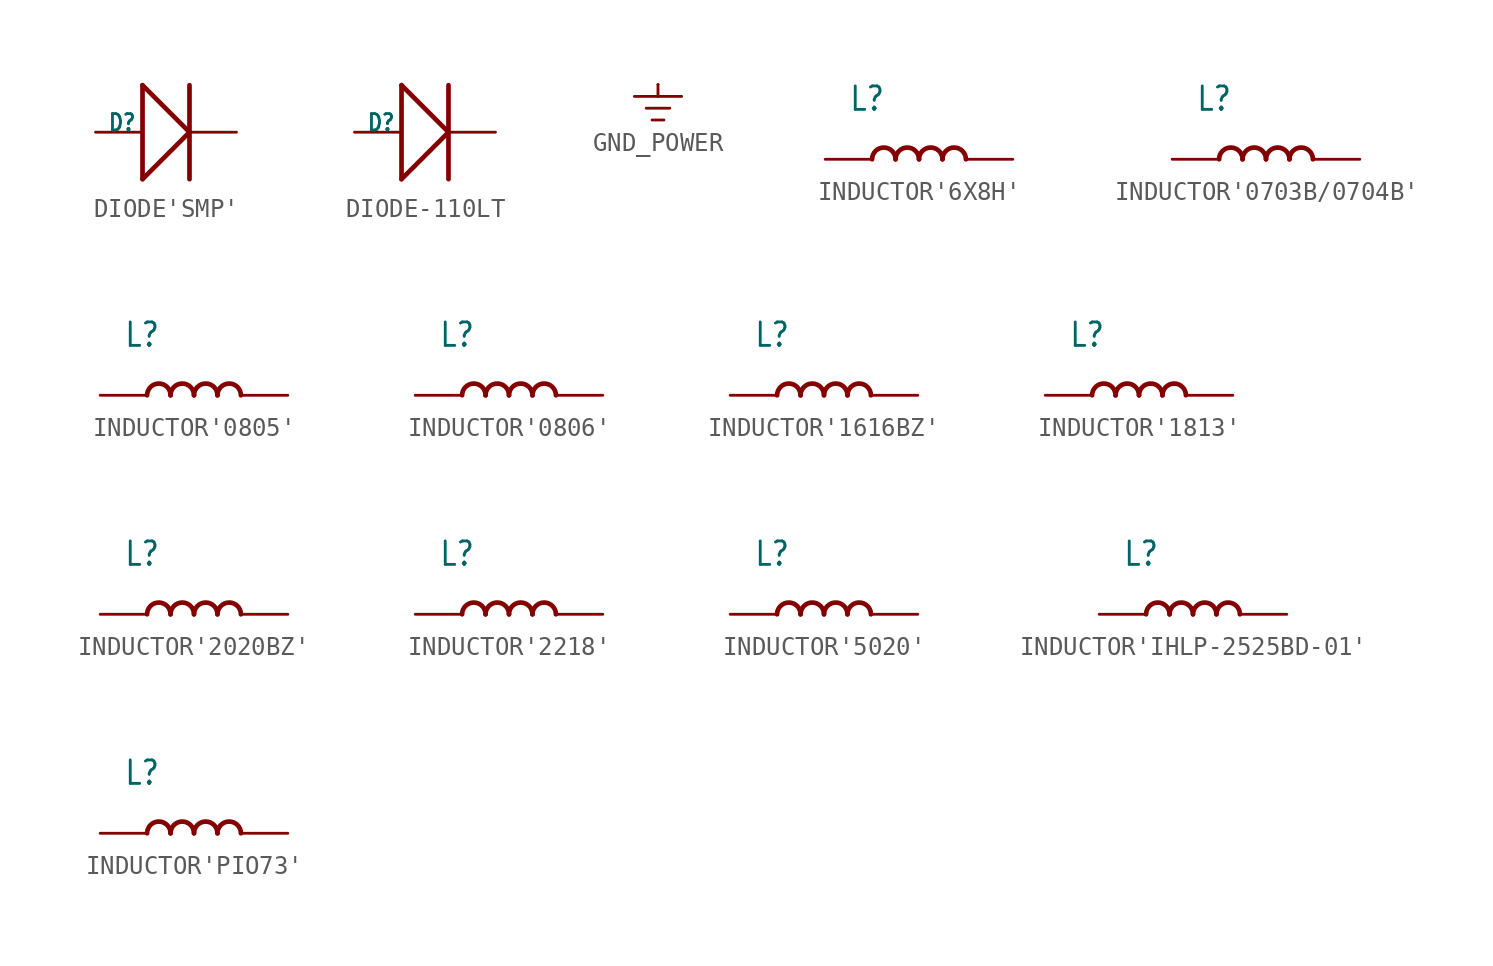
<source format=kicad_sym>
(kicad_symbol_lib
  (version 20231120)
  (generator "kicad_symbol_editor")
  (generator_version "8.0")
  (symbol "DIODE'SMP'"
    (property "Reference" "D"
      (at -3.175 0 0)
      (effects (font (size 0.889 0.756)) (justify left bottom)))
    (property "Value" ""
      (at 0 0 0)
      (effects (font (size 0.635 0.54)) (justify left bottom)))
    (property "ki_locked" ""
      (at 0 0 0)
      (effects (font (size 1.27 1.27))))
    (symbol "DIODE'SMP'_1_0"
      (polyline (pts (xy -1.27 -2.54) (xy -1.27 2.54)) (stroke (width 0.254) (type solid)) (fill (type none)))
      (polyline (pts (xy -1.27 -2.54) (xy 1.27 0)) (stroke (width 0.254) (type solid)) (fill (type none)))
      (polyline (pts (xy -1.27 2.54) (xy 1.27 0)) (stroke (width 0.254) (type solid)) (fill (type none)))
      (polyline (pts (xy 1.27 2.54) (xy 1.27 -2.54)) (stroke (width 0.254) (type solid)) (fill (type none)))
      (pin passive line (at -3.81 0 0) (length 2.54) (name "+" (effects (font (size 0 0)))) (number "+" (effects (font (size 0 0)))))
      (pin passive line (at 3.81 0 180) (length 2.54) (name "-" (effects (font (size 0 0)))) (number "-" (effects (font (size 0 0)))))))
  (symbol "DIODE-110LT"
    (property "Reference" "D"
      (at -3.175 0 0)
      (effects (font (size 0.889 0.756)) (justify left bottom)))
    (property "Value" ""
      (at 0 0 0)
      (effects (font (size 0.635 0.54)) (justify left bottom)))
    (property "ki_locked" ""
      (at 0 0 0)
      (effects (font (size 1.27 1.27))))
    (symbol "DIODE-110LT_1_0"
      (polyline (pts (xy -1.27 -2.54) (xy -1.27 2.54)) (stroke (width 0.254) (type solid)) (fill (type none)))
      (polyline (pts (xy -1.27 -2.54) (xy 1.27 0)) (stroke (width 0.254) (type solid)) (fill (type none)))
      (polyline (pts (xy -1.27 2.54) (xy 1.27 0)) (stroke (width 0.254) (type solid)) (fill (type none)))
      (polyline (pts (xy 1.27 2.54) (xy 1.27 -2.54)) (stroke (width 0.254) (type solid)) (fill (type none)))
      (pin passive line (at -3.81 0 0) (length 2.54) (name "+" (effects (font (size 0 0)))) (number "+" (effects (font (size 0 0)))))
      (pin passive line (at 3.81 0 180) (length 2.54) (name "-" (effects (font (size 0 0)))) (number "-" (effects (font (size 0 0)))))))
  (symbol "GND_POWER"
    (power)
    (property "Reference" "#G"
      (at 0 0 0)
      (effects (font (size 1.27 1.27)) (hide yes)))
    (property "ki_locked" ""
      (at 0 0 0)
      (effects (font (size 1.27 1.27))))
    (symbol "GND_POWER_1_0"
      (polyline (pts (xy -1.27 -0.635) (xy 0 -0.635)) (stroke (width 0.152) (type solid)) (fill (type none)))
      (polyline (pts (xy -0.635 -1.27) (xy 0.635 -1.27)) (stroke (width 0.152) (type solid)) (fill (type none)))
      (polyline (pts (xy -0.318 -1.905) (xy 0.318 -1.905)) (stroke (width 0.152) (type solid)) (fill (type none)))
      (polyline (pts (xy 0 -0.635) (xy 1.27 -0.635)) (stroke (width 0.152) (type solid)) (fill (type none)))
      (polyline (pts (xy 0 0) (xy 0 -0.635)) (stroke (width 0.152) (type solid)) (fill (type none)))
      (pin power_in line (at 0 0 270) (length 0) (name "GND" (effects (font (size 0 0)))) (number "1" (effects (font (size 0 0)))))))
  (symbol "INDUCTOR'6X8H'"
    (property "Reference" "L"
      (at -3.81 2.54 0)
      (effects (font (size 1.27 1.079)) (justify left bottom)))
    (property "Value" ""
      (at -3.81 1.27 0)
      (effects (font (size 1.27 1.079)) (justify left bottom)))
    (property "ki_locked" ""
      (at 0 0 0)
      (effects (font (size 1.27 1.27))))
    (symbol "INDUCTOR'6X8H'_1_0"
      (arc (start -1.27 0) (mid -1.905 0.635) (end -2.54 0) (stroke (width 0.254) (type solid)) (fill (type none)))
      (arc (start 0 0) (mid -0.635 0.635) (end -1.27 0) (stroke (width 0.254) (type solid)) (fill (type none)))
      (arc (start 1.27 0) (mid 0.635 0.635) (end 0 0) (stroke (width 0.254) (type solid)) (fill (type none)))
      (arc (start 2.54 0) (mid 1.905 0.635) (end 1.27 0) (stroke (width 0.254) (type solid)) (fill (type none)))
      (pin passive line (at -5.08 0 0) (length 2.54) (name "1" (effects (font (size 0 0)))) (number "1" (effects (font (size 0 0)))))
      (pin passive line (at 5.08 0 180) (length 2.54) (name "2" (effects (font (size 0 0)))) (number "2" (effects (font (size 0 0)))))))
  (symbol "INDUCTOR'0703B/0704B'"
    (property "Reference" "L"
      (at -3.81 2.54 0)
      (effects (font (size 1.27 1.079)) (justify left bottom)))
    (property "Value" ""
      (at -3.81 1.27 0)
      (effects (font (size 1.27 1.079)) (justify left bottom)))
    (property "ki_locked" ""
      (at 0 0 0)
      (effects (font (size 1.27 1.27))))
    (symbol "INDUCTOR'0703B/0704B'_1_0"
      (arc (start -1.27 0) (mid -1.905 0.635) (end -2.54 0) (stroke (width 0.254) (type solid)) (fill (type none)))
      (arc (start 0 0) (mid -0.635 0.635) (end -1.27 0) (stroke (width 0.254) (type solid)) (fill (type none)))
      (arc (start 1.27 0) (mid 0.635 0.635) (end 0 0) (stroke (width 0.254) (type solid)) (fill (type none)))
      (arc (start 2.54 0) (mid 1.905 0.635) (end 1.27 0) (stroke (width 0.254) (type solid)) (fill (type none)))
      (pin passive line (at -5.08 0 0) (length 2.54) (name "1" (effects (font (size 0 0)))) (number "1" (effects (font (size 0 0)))))
      (pin passive line (at 5.08 0 180) (length 2.54) (name "2" (effects (font (size 0 0)))) (number "2" (effects (font (size 0 0)))))))
  (symbol "INDUCTOR'0805'"
    (property "Reference" "L"
      (at -3.81 2.54 0)
      (effects (font (size 1.27 1.079)) (justify left bottom)))
    (property "Value" ""
      (at -3.81 1.27 0)
      (effects (font (size 1.27 1.079)) (justify left bottom)))
    (property "ki_locked" ""
      (at 0 0 0)
      (effects (font (size 1.27 1.27))))
    (symbol "INDUCTOR'0805'_1_0"
      (arc (start -1.27 0) (mid -1.905 0.635) (end -2.54 0) (stroke (width 0.254) (type solid)) (fill (type none)))
      (arc (start 0 0) (mid -0.635 0.635) (end -1.27 0) (stroke (width 0.254) (type solid)) (fill (type none)))
      (arc (start 1.27 0) (mid 0.635 0.635) (end 0 0) (stroke (width 0.254) (type solid)) (fill (type none)))
      (arc (start 2.54 0) (mid 1.905 0.635) (end 1.27 0) (stroke (width 0.254) (type solid)) (fill (type none)))
      (pin passive line (at -5.08 0 0) (length 2.54) (name "1" (effects (font (size 0 0)))) (number "1" (effects (font (size 0 0)))))
      (pin passive line (at 5.08 0 180) (length 2.54) (name "2" (effects (font (size 0 0)))) (number "2" (effects (font (size 0 0)))))))
  (symbol "INDUCTOR'0806'"
    (property "Reference" "L"
      (at -3.81 2.54 0)
      (effects (font (size 1.27 1.079)) (justify left bottom)))
    (property "Value" ""
      (at -3.81 1.27 0)
      (effects (font (size 1.27 1.079)) (justify left bottom)))
    (property "ki_locked" ""
      (at 0 0 0)
      (effects (font (size 1.27 1.27))))
    (symbol "INDUCTOR'0806'_1_0"
      (arc (start -1.27 0) (mid -1.905 0.635) (end -2.54 0) (stroke (width 0.254) (type solid)) (fill (type none)))
      (arc (start 0 0) (mid -0.635 0.635) (end -1.27 0) (stroke (width 0.254) (type solid)) (fill (type none)))
      (arc (start 1.27 0) (mid 0.635 0.635) (end 0 0) (stroke (width 0.254) (type solid)) (fill (type none)))
      (arc (start 2.54 0) (mid 1.905 0.635) (end 1.27 0) (stroke (width 0.254) (type solid)) (fill (type none)))
      (pin passive line (at -5.08 0 0) (length 2.54) (name "1" (effects (font (size 0 0)))) (number "1" (effects (font (size 0 0)))))
      (pin passive line (at 5.08 0 180) (length 2.54) (name "2" (effects (font (size 0 0)))) (number "2" (effects (font (size 0 0)))))))
  (symbol "INDUCTOR'1616BZ'"
    (property "Reference" "L"
      (at -3.81 2.54 0)
      (effects (font (size 1.27 1.079)) (justify left bottom)))
    (property "Value" ""
      (at -3.81 1.27 0)
      (effects (font (size 1.27 1.079)) (justify left bottom)))
    (property "ki_locked" ""
      (at 0 0 0)
      (effects (font (size 1.27 1.27))))
    (symbol "INDUCTOR'1616BZ'_1_0"
      (arc (start -1.27 0) (mid -1.905 0.635) (end -2.54 0) (stroke (width 0.254) (type solid)) (fill (type none)))
      (arc (start 0 0) (mid -0.635 0.635) (end -1.27 0) (stroke (width 0.254) (type solid)) (fill (type none)))
      (arc (start 1.27 0) (mid 0.635 0.635) (end 0 0) (stroke (width 0.254) (type solid)) (fill (type none)))
      (arc (start 2.54 0) (mid 1.905 0.635) (end 1.27 0) (stroke (width 0.254) (type solid)) (fill (type none)))
      (pin passive line (at -5.08 0 0) (length 2.54) (name "1" (effects (font (size 0 0)))) (number "1" (effects (font (size 0 0)))))
      (pin passive line (at 5.08 0 180) (length 2.54) (name "2" (effects (font (size 0 0)))) (number "2" (effects (font (size 0 0)))))))
  (symbol "INDUCTOR'1813'"
    (property "Reference" "L"
      (at -3.81 2.54 0)
      (effects (font (size 1.27 1.079)) (justify left bottom)))
    (property "Value" ""
      (at -3.81 1.27 0)
      (effects (font (size 1.27 1.079)) (justify left bottom)))
    (property "ki_locked" ""
      (at 0 0 0)
      (effects (font (size 1.27 1.27))))
    (symbol "INDUCTOR'1813'_1_0"
      (arc (start -1.27 0) (mid -1.905 0.635) (end -2.54 0) (stroke (width 0.254) (type solid)) (fill (type none)))
      (arc (start 0 0) (mid -0.635 0.635) (end -1.27 0) (stroke (width 0.254) (type solid)) (fill (type none)))
      (arc (start 1.27 0) (mid 0.635 0.635) (end 0 0) (stroke (width 0.254) (type solid)) (fill (type none)))
      (arc (start 2.54 0) (mid 1.905 0.635) (end 1.27 0) (stroke (width 0.254) (type solid)) (fill (type none)))
      (pin passive line (at -5.08 0 0) (length 2.54) (name "1" (effects (font (size 0 0)))) (number "1" (effects (font (size 0 0)))))
      (pin passive line (at 5.08 0 180) (length 2.54) (name "2" (effects (font (size 0 0)))) (number "2" (effects (font (size 0 0)))))))
  (symbol "INDUCTOR'2020BZ'"
    (property "Reference" "L"
      (at -3.81 2.54 0)
      (effects (font (size 1.27 1.079)) (justify left bottom)))
    (property "Value" ""
      (at -3.81 1.27 0)
      (effects (font (size 1.27 1.079)) (justify left bottom)))
    (property "ki_locked" ""
      (at 0 0 0)
      (effects (font (size 1.27 1.27))))
    (symbol "INDUCTOR'2020BZ'_1_0"
      (arc (start -1.27 0) (mid -1.905 0.635) (end -2.54 0) (stroke (width 0.254) (type solid)) (fill (type none)))
      (arc (start 0 0) (mid -0.635 0.635) (end -1.27 0) (stroke (width 0.254) (type solid)) (fill (type none)))
      (arc (start 1.27 0) (mid 0.635 0.635) (end 0 0) (stroke (width 0.254) (type solid)) (fill (type none)))
      (arc (start 2.54 0) (mid 1.905 0.635) (end 1.27 0) (stroke (width 0.254) (type solid)) (fill (type none)))
      (pin passive line (at -5.08 0 0) (length 2.54) (name "1" (effects (font (size 0 0)))) (number "1" (effects (font (size 0 0)))))
      (pin passive line (at 5.08 0 180) (length 2.54) (name "2" (effects (font (size 0 0)))) (number "2" (effects (font (size 0 0)))))))
  (symbol "INDUCTOR'2218'"
    (property "Reference" "L"
      (at -3.81 2.54 0)
      (effects (font (size 1.27 1.079)) (justify left bottom)))
    (property "Value" ""
      (at -3.81 1.27 0)
      (effects (font (size 1.27 1.079)) (justify left bottom)))
    (property "ki_locked" ""
      (at 0 0 0)
      (effects (font (size 1.27 1.27))))
    (symbol "INDUCTOR'2218'_1_0"
      (arc (start -1.27 0) (mid -1.905 0.635) (end -2.54 0) (stroke (width 0.254) (type solid)) (fill (type none)))
      (arc (start 0 0) (mid -0.635 0.635) (end -1.27 0) (stroke (width 0.254) (type solid)) (fill (type none)))
      (arc (start 1.27 0) (mid 0.635 0.635) (end 0 0) (stroke (width 0.254) (type solid)) (fill (type none)))
      (arc (start 2.54 0) (mid 1.905 0.635) (end 1.27 0) (stroke (width 0.254) (type solid)) (fill (type none)))
      (pin passive line (at -5.08 0 0) (length 2.54) (name "1" (effects (font (size 0 0)))) (number "P$1" (effects (font (size 0 0)))))
      (pin passive line (at 5.08 0 180) (length 2.54) (name "2" (effects (font (size 0 0)))) (number "P$2" (effects (font (size 0 0)))))))
  (symbol "INDUCTOR'5020'"
    (property "Reference" "L"
      (at -3.81 2.54 0)
      (effects (font (size 1.27 1.079)) (justify left bottom)))
    (property "Value" ""
      (at -3.81 1.27 0)
      (effects (font (size 1.27 1.079)) (justify left bottom)))
    (property "ki_locked" ""
      (at 0 0 0)
      (effects (font (size 1.27 1.27))))
    (symbol "INDUCTOR'5020'_1_0"
      (arc (start -1.27 0) (mid -1.905 0.635) (end -2.54 0) (stroke (width 0.254) (type solid)) (fill (type none)))
      (arc (start 0 0) (mid -0.635 0.635) (end -1.27 0) (stroke (width 0.254) (type solid)) (fill (type none)))
      (arc (start 1.27 0) (mid 0.635 0.635) (end 0 0) (stroke (width 0.254) (type solid)) (fill (type none)))
      (arc (start 2.54 0) (mid 1.905 0.635) (end 1.27 0) (stroke (width 0.254) (type solid)) (fill (type none)))
      (pin passive line (at -5.08 0 0) (length 2.54) (name "1" (effects (font (size 0 0)))) (number "1" (effects (font (size 0 0)))))
      (pin passive line (at 5.08 0 180) (length 2.54) (name "2" (effects (font (size 0 0)))) (number "2" (effects (font (size 0 0)))))))
  (symbol "INDUCTOR'IHLP-2525BD-01'"
    (property "Reference" "L"
      (at -3.81 2.54 0)
      (effects (font (size 1.27 1.079)) (justify left bottom)))
    (property "Value" ""
      (at -3.81 1.27 0)
      (effects (font (size 1.27 1.079)) (justify left bottom)))
    (property "ki_locked" ""
      (at 0 0 0)
      (effects (font (size 1.27 1.27))))
    (symbol "INDUCTOR'IHLP-2525BD-01'_1_0"
      (arc (start -1.27 0) (mid -1.905 0.635) (end -2.54 0) (stroke (width 0.254) (type solid)) (fill (type none)))
      (arc (start 0 0) (mid -0.635 0.635) (end -1.27 0) (stroke (width 0.254) (type solid)) (fill (type none)))
      (arc (start 1.27 0) (mid 0.635 0.635) (end 0 0) (stroke (width 0.254) (type solid)) (fill (type none)))
      (arc (start 2.54 0) (mid 1.905 0.635) (end 1.27 0) (stroke (width 0.254) (type solid)) (fill (type none)))
      (pin passive line (at -5.08 0 0) (length 2.54) (name "1" (effects (font (size 0 0)))) (number "1" (effects (font (size 0 0)))))
      (pin passive line (at 5.08 0 180) (length 2.54) (name "2" (effects (font (size 0 0)))) (number "2" (effects (font (size 0 0)))))))
  (symbol "INDUCTOR'PIO73'"
    (property "Reference" "L"
      (at -3.81 2.54 0)
      (effects (font (size 1.27 1.079)) (justify left bottom)))
    (property "Value" ""
      (at -3.81 1.27 0)
      (effects (font (size 1.27 1.079)) (justify left bottom)))
    (property "ki_locked" ""
      (at 0 0 0)
      (effects (font (size 1.27 1.27))))
    (symbol "INDUCTOR'PIO73'_1_0"
      (arc (start -1.27 0) (mid -1.905 0.635) (end -2.54 0) (stroke (width 0.254) (type solid)) (fill (type none)))
      (arc (start 0 0) (mid -0.635 0.635) (end -1.27 0) (stroke (width 0.254) (type solid)) (fill (type none)))
      (arc (start 1.27 0) (mid 0.635 0.635) (end 0 0) (stroke (width 0.254) (type solid)) (fill (type none)))
      (arc (start 2.54 0) (mid 1.905 0.635) (end 1.27 0) (stroke (width 0.254) (type solid)) (fill (type none)))
      (pin passive line (at -5.08 0 0) (length 2.54) (name "1" (effects (font (size 0 0)))) (number "1" (effects (font (size 0 0)))))
      (pin passive line (at 5.08 0 180) (length 2.54) (name "2" (effects (font (size 0 0)))) (number "2" (effects (font (size 0 0))))))))
</source>
